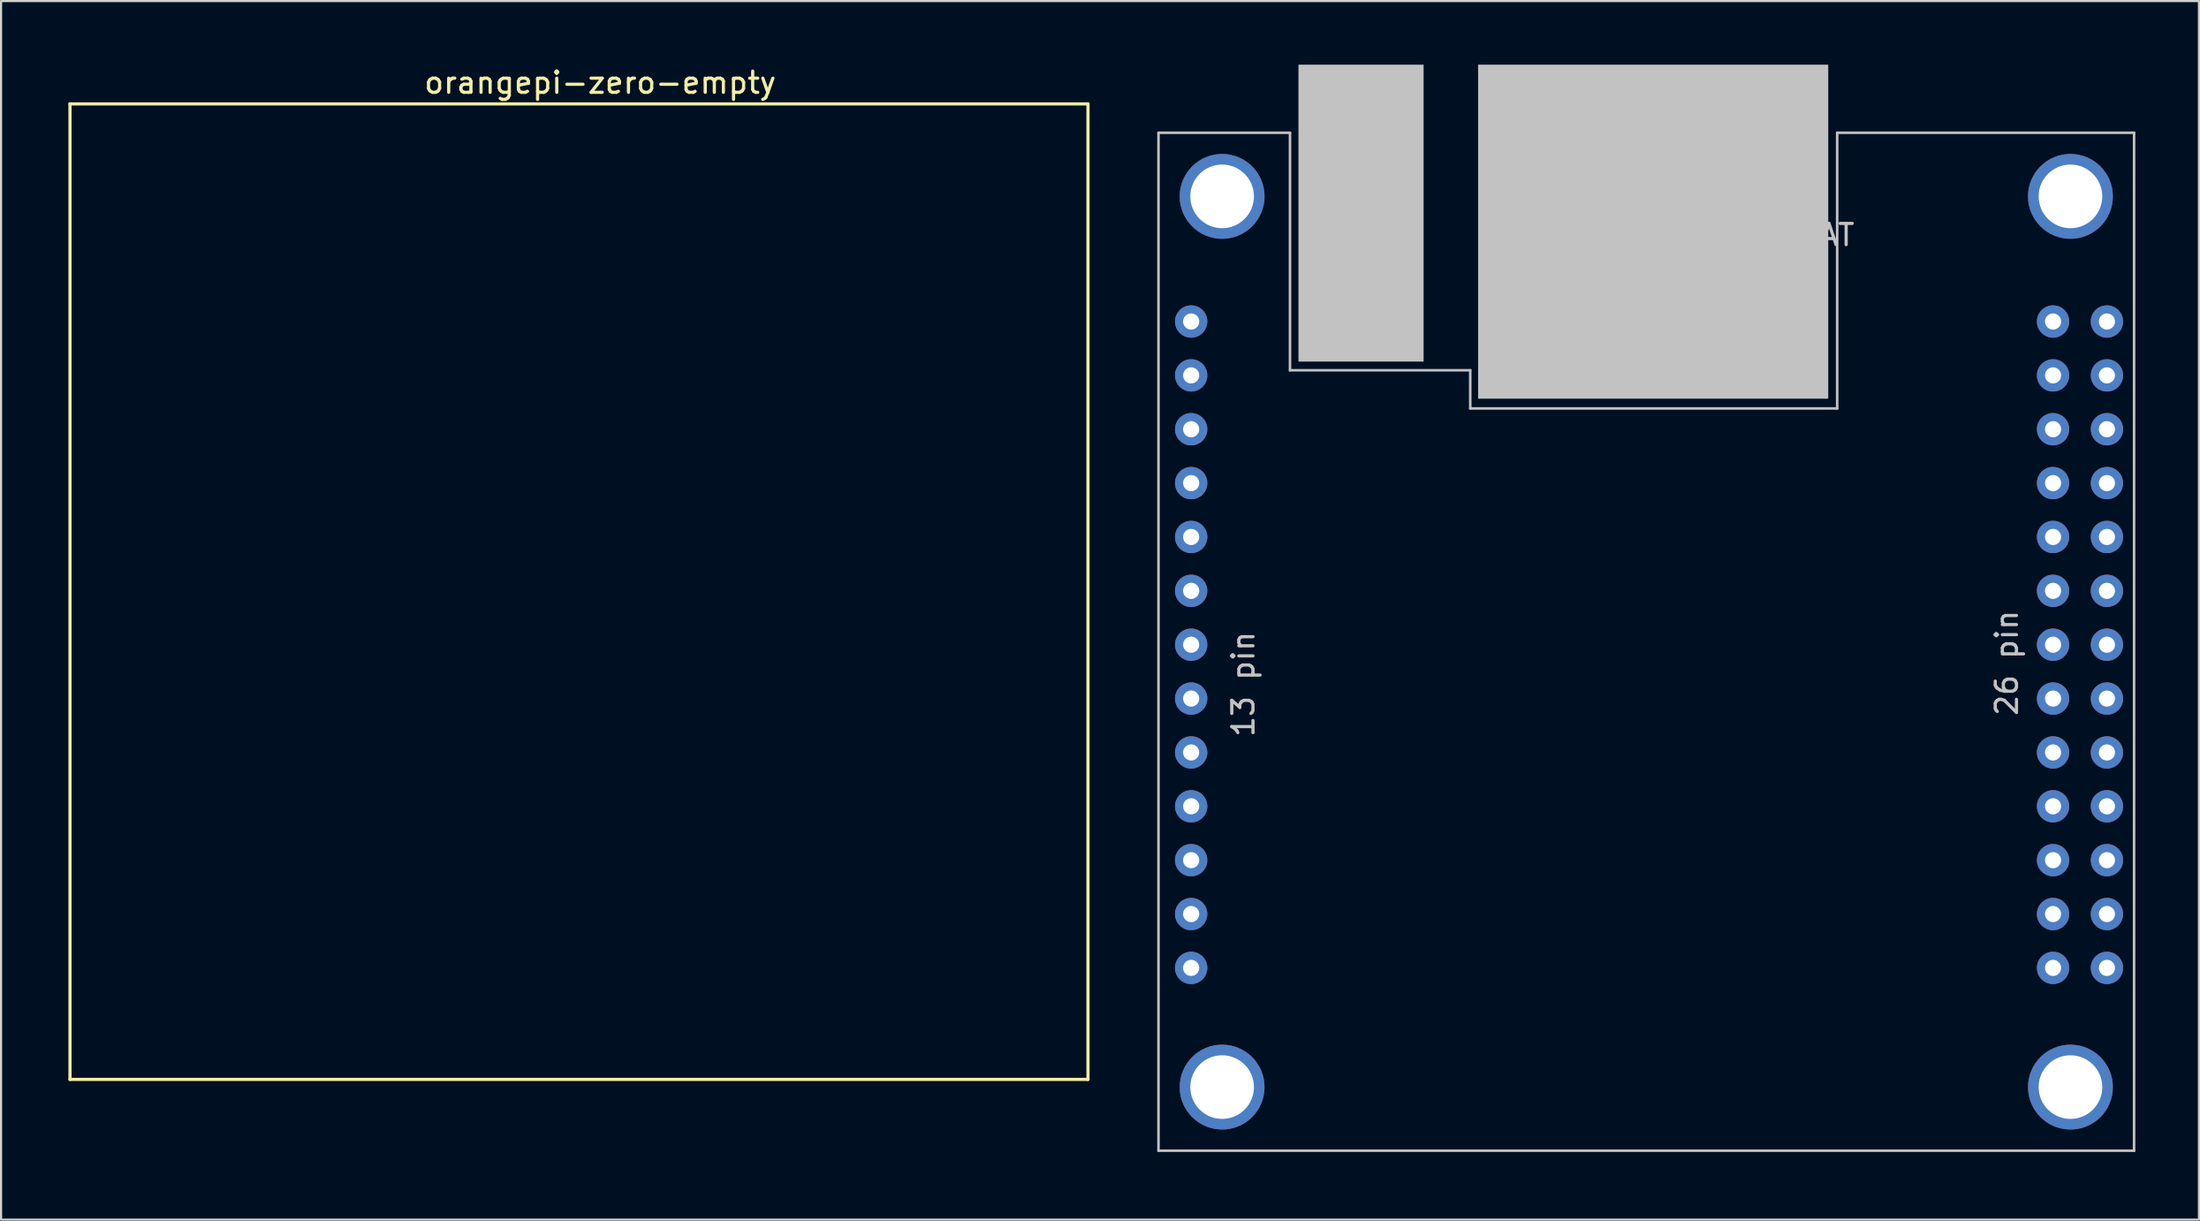
<source format=kicad_pcb>
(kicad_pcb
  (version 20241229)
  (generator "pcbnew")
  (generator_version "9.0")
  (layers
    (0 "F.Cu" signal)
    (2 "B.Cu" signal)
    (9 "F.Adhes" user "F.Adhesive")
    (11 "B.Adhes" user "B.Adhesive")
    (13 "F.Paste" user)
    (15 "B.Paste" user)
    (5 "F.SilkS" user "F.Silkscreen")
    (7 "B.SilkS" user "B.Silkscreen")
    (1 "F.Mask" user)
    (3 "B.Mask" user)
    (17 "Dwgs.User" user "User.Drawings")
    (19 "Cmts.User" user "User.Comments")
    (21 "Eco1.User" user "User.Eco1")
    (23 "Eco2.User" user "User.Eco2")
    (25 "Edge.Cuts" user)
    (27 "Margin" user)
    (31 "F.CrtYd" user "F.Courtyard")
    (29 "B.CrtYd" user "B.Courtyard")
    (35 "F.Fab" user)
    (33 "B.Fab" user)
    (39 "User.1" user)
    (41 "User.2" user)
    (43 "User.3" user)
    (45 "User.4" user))
  (footprint "orangepi-zero-empty"
    (layer "F.Cu")
    (at 0.25 47.848)
    (property "Reference" "orangepi-zero-empty" (at 25 -47 0) (layer "F.SilkS") (effects (font (size 1 1) (thickness 0.15))))
    (attr through_hole)
    (fp_line (start 0 -46) (end 48 -46) (stroke (width 0.15) (type solid)) (layer "F.SilkS"))
    (fp_line (start 0 0) (end 0 -46) (stroke (width 0.15) (type solid)) (layer "F.SilkS"))
    (fp_line (start 48 -46) (end 48 0) (stroke (width 0.15) (type solid)) (layer "F.SilkS"))
    (fp_line (start 48 0) (end 0 0) (stroke (width 0.15) (type solid)) (layer "F.SilkS")))
  (footprint "orangepi-zero-HAT"
    (layer "F.Cu")
    (at 51.575 51.21)
    (property "Reference" "orangepi-zero-HAT" (at 25.4 -43.18 0) (layer "Dwgs.User") (effects (font (size 1 1) (thickness 0.15))))
    (attr through_hole)
    (fp_line (start 0 -48) (end 6.2 -48) (stroke (width 0.12) (type solid)) (layer "Dwgs.User"))
    (fp_line (start 0 0) (end 0 -48) (stroke (width 0.12) (type solid)) (layer "Dwgs.User"))
    (fp_line (start 6.2 -48) (end 6.2 -36.8) (stroke (width 0.12) (type solid)) (layer "Dwgs.User"))
    (fp_line (start 6.2 -36.8) (end 14.7 -36.8) (stroke (width 0.12) (type solid)) (layer "Dwgs.User"))
    (fp_line (start 14.7 -36.8) (end 14.7 -35) (stroke (width 0.12) (type solid)) (layer "Dwgs.User"))
    (fp_line (start 14.7 -35) (end 32 -35) (stroke (width 0.12) (type solid)) (layer "Dwgs.User"))
    (fp_line (start 32 -35) (end 32 -48) (stroke (width 0.12) (type solid)) (layer "Dwgs.User"))
    (fp_line (start 46 -48) (end 32 -48) (stroke (width 0.12) (type solid)) (layer "Dwgs.User"))
    (fp_line (start 46 -48) (end 46 0) (stroke (width 0.12) (type solid)) (layer "Dwgs.User"))
    (fp_line (start 46 0) (end 0 0) (stroke (width 0.12) (type solid)) (layer "Dwgs.User"))
    (fp_text user "13 pin" (at 4 -22 90) (layer "Dwgs.User") (effects (font (size 1 1) (thickness 0.15))))
    (fp_text user "26 pin" (at 40 -23 90) (layer "Dwgs.User") (effects (font (size 1 1) (thickness 0.15))))
    (pad "" thru_hole circle (at 3 -45) (size 4 4) (drill 3) (layers "*.Cu" "*.Mask"))
    (pad "" thru_hole circle (at 3 -3) (size 4 4) (drill 3) (layers "*.Cu" "*.Mask"))
    (pad "" smd rect (at 9.55 -44.21) (size 5.9 14) (layers "Dwgs.User"))
    (pad "" smd rect (at 23.325 -43.335) (size 16.51 15.75) (layers "Dwgs.User"))
    (pad "" thru_hole circle (at 43 -45) (size 4 4) (drill 3) (layers "*.Cu" "*.Mask"))
    (pad "" thru_hole circle (at 43 -3) (size 4 4) (drill 3) (layers "*.Cu" "*.Mask"))
    (pad "1" thru_hole circle (at 1.54 -39.1) (size 1.524 1.524) (drill 0.762) (layers "*.Cu" "*.Mask"))
    (pad "2" thru_hole circle (at 1.54 -36.56) (size 1.524 1.524) (drill 0.762) (layers "*.Cu" "*.Mask"))
    (pad "3" thru_hole circle (at 1.54 -34.02) (size 1.524 1.524) (drill 0.762) (layers "*.Cu" "*.Mask"))
    (pad "4" thru_hole circle (at 1.54 -31.48) (size 1.524 1.524) (drill 0.762) (layers "*.Cu" "*.Mask"))
    (pad "5" thru_hole circle (at 1.54 -28.94) (size 1.524 1.524) (drill 0.762) (layers "*.Cu" "*.Mask"))
    (pad "6" thru_hole circle (at 1.54 -26.4) (size 1.524 1.524) (drill 0.762) (layers "*.Cu" "*.Mask"))
    (pad "7" thru_hole circle (at 1.54 -23.86) (size 1.524 1.524) (drill 0.762) (layers "*.Cu" "*.Mask"))
    (pad "8" thru_hole circle (at 1.54 -21.32) (size 1.524 1.524) (drill 0.762) (layers "*.Cu" "*.Mask"))
    (pad "9" thru_hole circle (at 1.54 -18.78) (size 1.524 1.524) (drill 0.762) (layers "*.Cu" "*.Mask"))
    (pad "10" thru_hole circle (at 1.54 -16.24) (size 1.524 1.524) (drill 0.762) (layers "*.Cu" "*.Mask"))
    (pad "11" thru_hole circle (at 1.54 -13.7) (size 1.524 1.524) (drill 0.762) (layers "*.Cu" "*.Mask"))
    (pad "12" thru_hole circle (at 1.54 -11.16) (size 1.524 1.524) (drill 0.762) (layers "*.Cu" "*.Mask"))
    (pad "13" thru_hole circle (at 1.54 -8.62) (size 1.524 1.524) (drill 0.762) (layers "*.Cu" "*.Mask"))
    (pad "101" thru_hole circle (at 44.72 -8.62) (size 1.524 1.524) (drill 0.762) (layers "*.Cu" "*.Mask"))
    (pad "102" thru_hole circle (at 42.18 -8.62) (size 1.524 1.524) (drill 0.762) (layers "*.Cu" "*.Mask"))
    (pad "103" thru_hole circle (at 44.72 -11.16) (size 1.524 1.524) (drill 0.762) (layers "*.Cu" "*.Mask"))
    (pad "104" thru_hole circle (at 42.18 -11.16) (size 1.524 1.524) (drill 0.762) (layers "*.Cu" "*.Mask"))
    (pad "105" thru_hole circle (at 44.72 -13.7) (size 1.524 1.524) (drill 0.762) (layers "*.Cu" "*.Mask"))
    (pad "106" thru_hole circle (at 42.18 -13.7) (size 1.524 1.524) (drill 0.762) (layers "*.Cu" "*.Mask"))
    (pad "107" thru_hole circle (at 44.72 -16.24) (size 1.524 1.524) (drill 0.762) (layers "*.Cu" "*.Mask"))
    (pad "108" thru_hole circle (at 42.18 -16.24) (size 1.524 1.524) (drill 0.762) (layers "*.Cu" "*.Mask"))
    (pad "109" thru_hole circle (at 44.72 -18.78) (size 1.524 1.524) (drill 0.762) (layers "*.Cu" "*.Mask"))
    (pad "110" thru_hole circle (at 42.18 -18.78) (size 1.524 1.524) (drill 0.762) (layers "*.Cu" "*.Mask"))
    (pad "111" thru_hole circle (at 44.72 -21.32) (size 1.524 1.524) (drill 0.762) (layers "*.Cu" "*.Mask"))
    (pad "112" thru_hole circle (at 42.18 -21.32) (size 1.524 1.524) (drill 0.762) (layers "*.Cu" "*.Mask"))
    (pad "113" thru_hole circle (at 44.72 -23.86) (size 1.524 1.524) (drill 0.762) (layers "*.Cu" "*.Mask"))
    (pad "114" thru_hole circle (at 42.18 -23.86) (size 1.524 1.524) (drill 0.762) (layers "*.Cu" "*.Mask"))
    (pad "115" thru_hole circle (at 44.72 -26.4) (size 1.524 1.524) (drill 0.762) (layers "*.Cu" "*.Mask"))
    (pad "116" thru_hole circle (at 42.18 -26.4) (size 1.524 1.524) (drill 0.762) (layers "*.Cu" "*.Mask"))
    (pad "117" thru_hole circle (at 44.72 -28.94) (size 1.524 1.524) (drill 0.762) (layers "*.Cu" "*.Mask"))
    (pad "118" thru_hole circle (at 42.18 -28.94) (size 1.524 1.524) (drill 0.762) (layers "*.Cu" "*.Mask"))
    (pad "119" thru_hole circle (at 44.72 -31.48) (size 1.524 1.524) (drill 0.762) (layers "*.Cu" "*.Mask"))
    (pad "120" thru_hole circle (at 42.18 -31.48) (size 1.524 1.524) (drill 0.762) (layers "*.Cu" "*.Mask"))
    (pad "121" thru_hole circle (at 44.72 -34.02) (size 1.524 1.524) (drill 0.762) (layers "*.Cu" "*.Mask"))
    (pad "122" thru_hole circle (at 42.18 -34.02) (size 1.524 1.524) (drill 0.762) (layers "*.Cu" "*.Mask"))
    (pad "123" thru_hole circle (at 44.72 -36.56) (size 1.524 1.524) (drill 0.762) (layers "*.Cu" "*.Mask"))
    (pad "124" thru_hole circle (at 42.18 -36.56) (size 1.524 1.524) (drill 0.762) (layers "*.Cu" "*.Mask"))
    (pad "125" thru_hole circle (at 44.72 -39.1) (size 1.524 1.524) (drill 0.762) (layers "*.Cu" "*.Mask"))
    (pad "126" thru_hole circle (at 42.18 -39.1) (size 1.524 1.524) (drill 0.762) (layers "*.Cu" "*.Mask")))
  (gr_rect
    (start -3 -3)
    (end 100.635 54.46)
    (stroke (width 0.1) (type default))
    (fill no)
    (layer "Edge.Cuts")))
</source>
